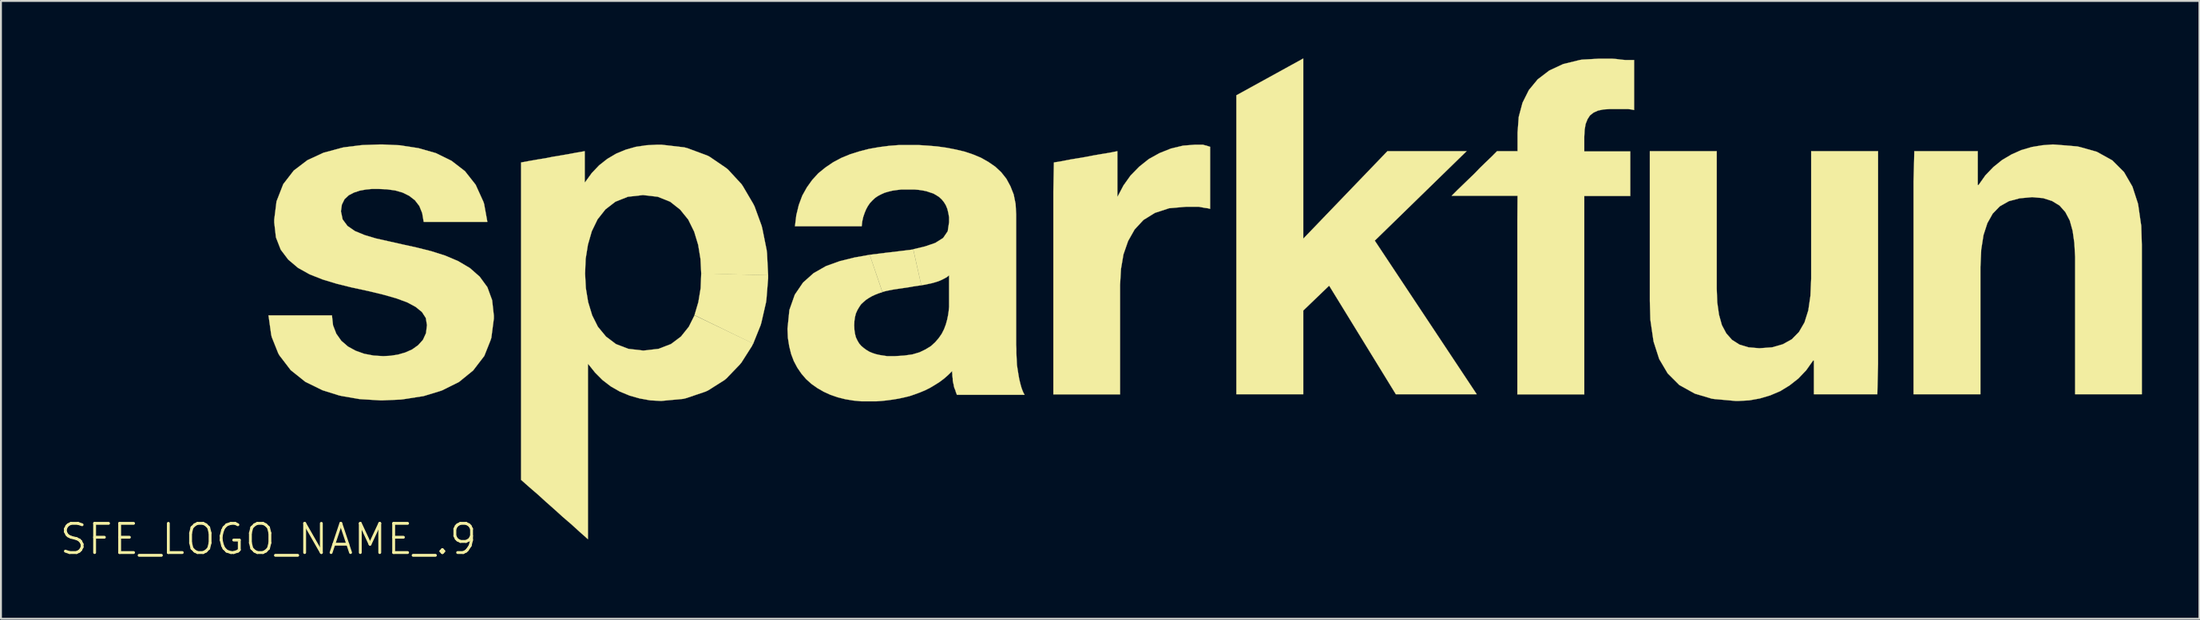
<source format=kicad_pcb>
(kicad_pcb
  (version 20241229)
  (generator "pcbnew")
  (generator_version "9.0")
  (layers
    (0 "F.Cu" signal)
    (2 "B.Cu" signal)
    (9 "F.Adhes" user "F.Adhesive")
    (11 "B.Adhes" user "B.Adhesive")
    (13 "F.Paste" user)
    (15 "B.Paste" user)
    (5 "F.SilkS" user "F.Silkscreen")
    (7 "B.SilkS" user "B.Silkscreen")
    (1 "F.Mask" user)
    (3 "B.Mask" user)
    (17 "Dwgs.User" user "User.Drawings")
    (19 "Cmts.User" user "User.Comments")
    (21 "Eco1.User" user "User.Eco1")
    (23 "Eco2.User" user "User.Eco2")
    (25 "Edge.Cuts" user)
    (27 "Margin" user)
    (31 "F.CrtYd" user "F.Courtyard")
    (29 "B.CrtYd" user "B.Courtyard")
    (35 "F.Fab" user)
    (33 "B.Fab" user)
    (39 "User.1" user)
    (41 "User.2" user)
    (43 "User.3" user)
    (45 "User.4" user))
  (footprint "SFE_LOGO_NAME_.9"
    (layer "F.Cu")
    (at 10.958 25.103)
    (property "Reference" "SFE_LOGO_NAME_.9" (at 0 0 0) (layer "F.SilkS") (effects (font (size 1.524 1.524) (thickness 0.15))))
    (attr exclude_from_pos_files exclude_from_bom)
    (fp_poly (pts (xy 22.228 -11.699) (xy 22.428 -12.38) (xy 22.548 -13.109) (xy 22.578 -13.879) (xy 26.068 -13.78) (xy 26.068 -13.619) (xy 25.979 -12.52) (xy 25.959 -12.37) (xy 25.718 -11.318) (xy 25.679 -11.179) (xy 25.288 -10.208)) (stroke (width 0.01) (type solid)) (fill yes) (layer "F.SilkS"))
    (fp_poly (pts (xy 50.498 -23.177) (xy 53.988 -25.098) (xy 53.988 -15.69) (xy 58.379 -20.259) (xy 62.509 -20.259) (xy 57.719 -15.588) (xy 63.038 -7.569) (xy 58.819 -7.569) (xy 55.339 -13.238) (xy 53.988 -11.938) (xy 53.988 -7.569) (xy 50.498 -7.569)) (stroke (width 0.01) (type solid)) (fill yes) (layer "F.SilkS"))
    (fp_poly (pts (xy 31.369 -14.849) (xy 32.159 -14.948) (xy 32.929 -15.039) (xy 33.64 -15.128) (xy 34.059 -13.259) (xy 33.858 -13.228) (xy 33.65 -13.198) (xy 33.439 -13.16) (xy 33.238 -13.129) (xy 33.028 -13.099) (xy 32.819 -13.068) (xy 32.619 -13.038) (xy 32.418 -13) (xy 32.22 -12.959) (xy 32.029 -12.908)) (stroke (width 0.01) (type solid)) (fill yes) (layer "F.SilkS"))
    (fp_poly (pts (xy 40.978 -19.67) (xy 41.389 -19.738) (xy 41.808 -19.82) (xy 42.22 -19.888) (xy 42.639 -19.959) (xy 43.048 -20.038) (xy 43.459 -20.109) (xy 43.879 -20.178) (xy 44.29 -20.259) (xy 44.29 -17.899) (xy 44.308 -17.899) (xy 44.607 -18.468) (xy 44.978 -18.989) (xy 45.428 -19.449) (xy 45.928 -19.848) (xy 46.49 -20.16) (xy 47.089 -20.399) (xy 47.719 -20.549) (xy 48.359 -20.599) (xy 48.748 -20.599) (xy 48.849 -20.569) (xy 48.938 -20.549) (xy 49.03 -20.518) (xy 49.129 -20.488) (xy 49.129 -17.249) (xy 48.999 -17.28) (xy 48.849 -17.3) (xy 48.699 -17.328) (xy 48.539 -17.358) (xy 47.869 -17.358) (xy 46.99 -17.28) (xy 46.248 -17.038) (xy 45.649 -16.667) (xy 45.189 -16.17) (xy 44.849 -15.568) (xy 44.607 -14.869) (xy 44.478 -14.11) (xy 44.43 -13.279) (xy 44.43 -7.559) (xy 40.95 -7.559) (xy 40.95 -18.148)) (stroke (width 0.01) (type solid)) (fill yes) (layer "F.SilkS"))
    (fp_poly (pts (xy 65.169 -17.93) (xy 61.73 -17.93) (xy 62.019 -18.219) (xy 62.319 -18.509) (xy 62.619 -18.799) (xy 62.918 -19.088) (xy 63.208 -19.388) (xy 63.508 -19.68) (xy 63.81 -19.969) (xy 64.099 -20.259) (xy 65.169 -20.259) (xy 65.169 -21.229) (xy 65.23 -22.05) (xy 65.428 -22.789) (xy 65.758 -23.449) (xy 66.218 -24.008) (xy 66.82 -24.468) (xy 67.549 -24.808) (xy 68.41 -25.019) (xy 68.529 -25.039) (xy 69.408 -25.088) (xy 70.109 -25.088) (xy 70.338 -25.07) (xy 70.569 -25.039) (xy 70.8 -25.019) (xy 71.25 -25.019) (xy 71.25 -22.408) (xy 71.1 -22.438) (xy 70.94 -22.459) (xy 69.98 -22.459) (xy 69.649 -22.438) (xy 69.37 -22.38) (xy 69.139 -22.278) (xy 68.948 -22.128) (xy 68.819 -21.928) (xy 68.72 -21.679) (xy 68.669 -21.379) (xy 68.649 -21.008) (xy 68.649 -20.249) (xy 71.049 -20.249) (xy 71.049 -17.92) (xy 68.649 -17.92) (xy 68.649 -7.559) (xy 65.159 -7.559) (xy 65.159 -16.629)) (stroke (width 0.01) (type solid)) (fill yes) (layer "F.SilkS"))
    (fp_poly (pts (xy 83.939 -7.569) (xy 80.63 -7.569) (xy 80.63 -9.329) (xy 80.589 -9.329) (xy 80.228 -8.819) (xy 79.82 -8.39) (xy 79.36 -8.029) (xy 78.87 -7.729) (xy 78.349 -7.508) (xy 77.808 -7.348) (xy 77.259 -7.249) (xy 76.708 -7.219) (xy 76.538 -7.219) (xy 75.438 -7.318) (xy 75.298 -7.338) (xy 74.419 -7.6) (xy 73.609 -8.049) (xy 73 -8.659) (xy 72.558 -9.408) (xy 72.268 -10.31) (xy 72.248 -10.429) (xy 72.118 -11.318) (xy 72.098 -11.458) (xy 72.07 -12.449) (xy 72.07 -20.259) (xy 75.56 -20.259) (xy 75.56 -13.089) (xy 75.588 -12.36) (xy 75.679 -11.72) (xy 75.829 -11.179) (xy 76.058 -10.749) (xy 76.357 -10.409) (xy 76.749 -10.16) (xy 77.219 -10.018) (xy 77.787 -9.97) (xy 78.448 -10.018) (xy 79.009 -10.178) (xy 79.479 -10.439) (xy 79.85 -10.818) (xy 80.14 -11.318) (xy 80.338 -11.948) (xy 80.449 -12.708) (xy 80.488 -13.599) (xy 80.488 -20.259) (xy 83.977 -20.259) (xy 83.977 -9.149)) (stroke (width 0.01) (type solid)) (fill yes) (layer "F.SilkS"))
    (fp_poly (pts (xy 85.87 -20.259) (xy 89.179 -20.259) (xy 89.179 -18.489) (xy 89.218 -18.489) (xy 89.578 -18.999) (xy 89.99 -19.428) (xy 90.449 -19.799) (xy 90.94 -20.089) (xy 91.458 -20.32) (xy 91.999 -20.477) (xy 92.55 -20.569) (xy 93.099 -20.61) (xy 93.269 -20.599) (xy 94.369 -20.508) (xy 94.508 -20.477) (xy 95.39 -20.229) (xy 96.2 -19.779) (xy 96.81 -19.169) (xy 97.249 -18.41) (xy 97.539 -17.518) (xy 97.559 -17.399) (xy 97.688 -16.5) (xy 97.709 -16.368) (xy 97.739 -15.38) (xy 97.739 -7.569) (xy 94.259 -7.569) (xy 94.259 -14.74) (xy 94.219 -15.469) (xy 94.13 -16.099) (xy 93.98 -16.64) (xy 93.749 -17.079) (xy 93.449 -17.419) (xy 93.058 -17.658) (xy 92.588 -17.808) (xy 92.019 -17.859) (xy 91.359 -17.798) (xy 90.8 -17.648) (xy 90.327 -17.379) (xy 89.959 -16.998) (xy 89.68 -16.5) (xy 89.479 -15.878) (xy 89.36 -15.118) (xy 89.319 -14.219) (xy 89.319 -7.569) (xy 85.829 -7.569) (xy 85.829 -18.669)) (stroke (width 0.01) (type solid)) (fill yes) (layer "F.SilkS"))
    (fp_poly (pts (xy 25.288 -10.218) (xy 25.22 -10.079) (xy 24.679 -9.228) (xy 24.59 -9.119) (xy 23.899 -8.4) (xy 23.79 -8.308) (xy 22.939 -7.77) (xy 22.809 -7.709) (xy 21.808 -7.369) (xy 21.648 -7.328) (xy 20.488 -7.219) (xy 19.919 -7.249) (xy 19.367 -7.348) (xy 18.839 -7.498) (xy 18.329 -7.709) (xy 17.859 -7.978) (xy 17.429 -8.308) (xy 17.038 -8.7) (xy 16.688 -9.139) (xy 16.667 -9.139) (xy 16.667 0) (xy 16.228 -0.389) (xy 15.799 -0.78) (xy 15.359 -1.158) (xy 14.928 -1.549) (xy 14.488 -1.938) (xy 14.059 -2.329) (xy 13.619 -2.708) (xy 13.178 -3.099) (xy 13.178 -19.67) (xy 13.599 -19.748) (xy 14.008 -19.82) (xy 14.43 -19.888) (xy 14.839 -19.969) (xy 15.258 -20.038) (xy 15.669 -20.109) (xy 16.088 -20.188) (xy 16.5 -20.259) (xy 16.5 -18.639) (xy 16.518 -18.639) (xy 16.868 -19.119) (xy 17.249 -19.52) (xy 17.678 -19.858) (xy 18.138 -20.13) (xy 18.639 -20.338) (xy 19.169 -20.488) (xy 19.718 -20.569) (xy 20.3 -20.599) (xy 20.488 -20.599) (xy 21.689 -20.46) (xy 21.849 -20.419) (xy 22.878 -20.038) (xy 23.017 -19.969) (xy 23.868 -19.388) (xy 23.978 -19.299) (xy 24.679 -18.539) (xy 24.76 -18.418) (xy 25.288 -17.518) (xy 25.359 -17.379) (xy 25.728 -16.368) (xy 25.768 -16.208) (xy 25.989 -15.108) (xy 26.01 -14.938) (xy 26.068 -13.78) (xy 22.578 -13.868) (xy 22.54 -14.628) (xy 22.418 -15.37) (xy 22.21 -16.058) (xy 21.9 -16.688) (xy 21.478 -17.209) (xy 20.958 -17.62) (xy 20.31 -17.879) (xy 19.538 -17.968) (xy 18.748 -17.879) (xy 18.098 -17.62) (xy 17.579 -17.219) (xy 17.168 -16.698) (xy 16.868 -16.078) (xy 16.667 -15.38) (xy 16.548 -14.638) (xy 16.518 -13.868) (xy 16.558 -13.109) (xy 16.678 -12.38) (xy 16.888 -11.689) (xy 17.188 -11.09) (xy 17.61 -10.579) (xy 18.128 -10.188) (xy 18.778 -9.939) (xy 19.558 -9.848) (xy 20.348 -9.939) (xy 20.998 -10.188) (xy 21.519 -10.579) (xy 21.928 -11.09) (xy 22.228 -11.689)) (stroke (width 0.01) (type solid)) (fill yes) (layer "F.SilkS"))
    (fp_poly (pts (xy 3.31 -11.689) (xy 3.368 -11.168) (xy 3.538 -10.729) (xy 3.8 -10.358) (xy 4.148 -10.058) (xy 4.549 -9.84) (xy 4.999 -9.68) (xy 5.489 -9.588) (xy 5.989 -9.558) (xy 6.368 -9.578) (xy 6.759 -9.639) (xy 7.14 -9.749) (xy 7.498 -9.909) (xy 7.808 -10.13) (xy 8.059 -10.409) (xy 8.219 -10.759) (xy 8.268 -11.179) (xy 8.209 -11.549) (xy 8.009 -11.859) (xy 7.678 -12.129) (xy 7.229 -12.37) (xy 6.66 -12.578) (xy 5.989 -12.769) (xy 5.199 -12.959) (xy 4.318 -13.15) (xy 3.559 -13.338) (xy 2.83 -13.559) (xy 2.149 -13.828) (xy 1.539 -14.168) (xy 1.029 -14.6) (xy 0.638 -15.118) (xy 0.389 -15.758) (xy 0.3 -16.538) (xy 0.3 -16.688) (xy 0.419 -17.638) (xy 0.77 -18.539) (xy 1.318 -19.248) (xy 2.029 -19.789) (xy 2.868 -20.178) (xy 3.8 -20.429) (xy 3.929 -20.46) (xy 4.798 -20.569) (xy 4.92 -20.579) (xy 5.819 -20.61) (xy 5.949 -20.61) (xy 6.838 -20.569) (xy 7.818 -20.419) (xy 8.73 -20.16) (xy 9.548 -19.759) (xy 10.249 -19.218) (xy 10.808 -18.509) (xy 11.209 -17.628) (xy 11.25 -17.508) (xy 11.42 -16.568) (xy 8.098 -16.568) (xy 8.019 -17.028) (xy 7.869 -17.399) (xy 7.638 -17.699) (xy 7.338 -17.93) (xy 6.998 -18.098) (xy 6.609 -18.209) (xy 6.18 -18.268) (xy 5.718 -18.288) (xy 5.408 -18.288) (xy 5.088 -18.258) (xy 4.76 -18.199) (xy 4.458 -18.098) (xy 4.188 -17.958) (xy 3.967 -17.75) (xy 3.828 -17.468) (xy 3.78 -17.12) (xy 3.868 -16.698) (xy 4.12 -16.358) (xy 4.508 -16.088) (xy 5.019 -15.878) (xy 5.618 -15.7) (xy 6.289 -15.55) (xy 6.998 -15.39) (xy 7.729 -15.23) (xy 8.489 -15.039) (xy 9.218 -14.808) (xy 9.898 -14.519) (xy 10.508 -14.158) (xy 11.019 -13.708) (xy 11.42 -13.16) (xy 11.669 -12.479) (xy 11.758 -11.669) (xy 11.758 -11.519) (xy 11.628 -10.518) (xy 11.587 -10.389) (xy 11.26 -9.568) (xy 10.678 -8.809) (xy 9.939 -8.209) (xy 9.058 -7.77) (xy 8.938 -7.729) (xy 8.08 -7.468) (xy 7.948 -7.45) (xy 7.038 -7.308) (xy 6.899 -7.29) (xy 5.959 -7.249) (xy 5.829 -7.249) (xy 4.869 -7.308) (xy 4.729 -7.318) (xy 3.81 -7.478) (xy 3.678 -7.508) (xy 2.819 -7.777) (xy 1.918 -8.219) (xy 1.158 -8.829) (xy 0.569 -9.599) (xy 0.508 -9.708) (xy 0.168 -10.559) (xy 0.14 -10.688) (xy 0 -11.689) (xy 2.898 -11.689)) (stroke (width 0.01) (type solid)) (fill yes) (layer "F.SilkS"))
    (fp_poly (pts (xy 32.029 -12.898) (xy 31.839 -12.84) (xy 31.659 -12.769) (xy 31.488 -12.69) (xy 31.328 -12.598) (xy 31.178 -12.499) (xy 31.049 -12.388) (xy 30.919 -12.268) (xy 30.818 -12.118) (xy 30.729 -11.968) (xy 30.648 -11.788) (xy 30.599 -11.598) (xy 30.569 -11.389) (xy 30.559 -11.168) (xy 30.569 -10.94) (xy 30.599 -10.729) (xy 30.648 -10.538) (xy 30.729 -10.368) (xy 30.818 -10.218) (xy 30.93 -10.089) (xy 31.059 -9.98) (xy 31.199 -9.878) (xy 31.349 -9.789) (xy 31.519 -9.718) (xy 31.699 -9.66) (xy 31.88 -9.619) (xy 32.078 -9.588) (xy 32.278 -9.558) (xy 32.69 -9.558) (xy 33.17 -9.588) (xy 33.599 -9.649) (xy 33.97 -9.759) (xy 34.28 -9.909) (xy 34.559 -10.079) (xy 34.778 -10.279) (xy 34.968 -10.498) (xy 35.128 -10.729) (xy 35.248 -10.968) (xy 35.339 -11.209) (xy 35.408 -11.458) (xy 35.458 -11.699) (xy 35.489 -11.918) (xy 35.509 -12.129) (xy 35.509 -13.78) (xy 35.4 -13.688) (xy 35.258 -13.609) (xy 35.118 -13.538) (xy 34.958 -13.47) (xy 34.798 -13.419) (xy 34.618 -13.368) (xy 34.44 -13.33) (xy 34.249 -13.289) (xy 34.059 -13.259) (xy 33.64 -15.138) (xy 34.26 -15.288) (xy 34.788 -15.469) (xy 35.199 -15.728) (xy 35.438 -16.078) (xy 35.509 -16.548) (xy 35.509 -16.81) (xy 35.469 -17.038) (xy 35.418 -17.249) (xy 35.339 -17.44) (xy 35.24 -17.6) (xy 35.128 -17.739) (xy 34.999 -17.859) (xy 34.849 -17.958) (xy 34.689 -18.049) (xy 34.508 -18.108) (xy 34.328 -18.169) (xy 34.13 -18.209) (xy 33.919 -18.24) (xy 33.708 -18.258) (xy 33.01 -18.258) (xy 32.779 -18.23) (xy 32.558 -18.199) (xy 32.349 -18.148) (xy 32.149 -18.09) (xy 31.968 -18.009) (xy 31.798 -17.92) (xy 31.648 -17.818) (xy 31.509 -17.689) (xy 31.379 -17.549) (xy 31.27 -17.389) (xy 31.178 -17.219) (xy 31.1 -17.028) (xy 31.029 -16.82) (xy 30.978 -16.589) (xy 30.95 -16.34) (xy 27.468 -16.34) (xy 27.539 -16.919) (xy 27.668 -17.45) (xy 27.849 -17.937) (xy 28.09 -18.369) (xy 28.369 -18.758) (xy 28.689 -19.108) (xy 29.058 -19.408) (xy 29.459 -19.68) (xy 29.888 -19.909) (xy 30.348 -20.099) (xy 30.828 -20.249) (xy 31.328 -20.378) (xy 31.849 -20.47) (xy 32.37 -20.538) (xy 32.898 -20.579) (xy 33.919 -20.579) (xy 34.399 -20.549) (xy 34.889 -20.508) (xy 35.38 -20.439) (xy 35.85 -20.348) (xy 36.309 -20.239) (xy 36.759 -20.089) (xy 37.168 -19.919) (xy 37.559 -19.698) (xy 37.92 -19.449) (xy 38.23 -19.159) (xy 38.499 -18.819) (xy 38.71 -18.428) (xy 38.88 -17.998) (xy 38.979 -17.508) (xy 39.009 -16.97) (xy 39.009 -10.15) (xy 39.019 -9.939) (xy 39.019 -9.718) (xy 39.03 -9.51) (xy 39.04 -9.299) (xy 39.05 -9.098) (xy 39.078 -8.908) (xy 39.108 -8.72) (xy 39.139 -8.529) (xy 39.169 -8.359) (xy 39.21 -8.189) (xy 39.248 -8.039) (xy 39.289 -7.899) (xy 39.34 -7.76) (xy 39.388 -7.648) (xy 39.449 -7.539) (xy 35.918 -7.539) (xy 35.888 -7.62) (xy 35.86 -7.689) (xy 35.839 -7.77) (xy 35.809 -7.838) (xy 35.778 -7.92) (xy 35.758 -7.998) (xy 35.748 -8.07) (xy 35.728 -8.148) (xy 35.71 -8.23) (xy 35.7 -8.298) (xy 35.7 -8.379) (xy 35.69 -8.458) (xy 35.679 -8.539) (xy 35.679 -8.618) (xy 35.669 -8.7) (xy 35.669 -8.778) (xy 35.458 -8.57) (xy 35.24 -8.379) (xy 34.999 -8.199) (xy 34.76 -8.049) (xy 34.508 -7.899) (xy 34.249 -7.77) (xy 33.978 -7.658) (xy 33.708 -7.559) (xy 33.439 -7.468) (xy 33.15 -7.399) (xy 32.868 -7.338) (xy 32.578 -7.29) (xy 32.278 -7.249) (xy 31.989 -7.219) (xy 31.699 -7.198) (xy 30.95 -7.198) (xy 30.518 -7.239) (xy 30.099 -7.308) (xy 29.698 -7.409) (xy 29.319 -7.539) (xy 28.969 -7.699) (xy 28.639 -7.889) (xy 28.329 -8.108) (xy 28.049 -8.359) (xy 27.808 -8.639) (xy 27.589 -8.959) (xy 27.409 -9.299) (xy 27.269 -9.67) (xy 27.168 -10.079) (xy 27.099 -10.518) (xy 27.079 -10.988) (xy 27.178 -11.968) (xy 27.46 -12.769) (xy 27.889 -13.399) (xy 28.438 -13.889) (xy 29.088 -14.26) (xy 29.809 -14.519) (xy 30.579 -14.709) (xy 31.369 -14.849)) (stroke (width 0.01) (type solid)) (fill yes) (layer "F.SilkS")))
  (gr_rect
    (start -3 -3)
    (end 111.703 29.258)
    (stroke (width 0.1) (type default))
    (fill no)
    (layer "Edge.Cuts")))
</source>
